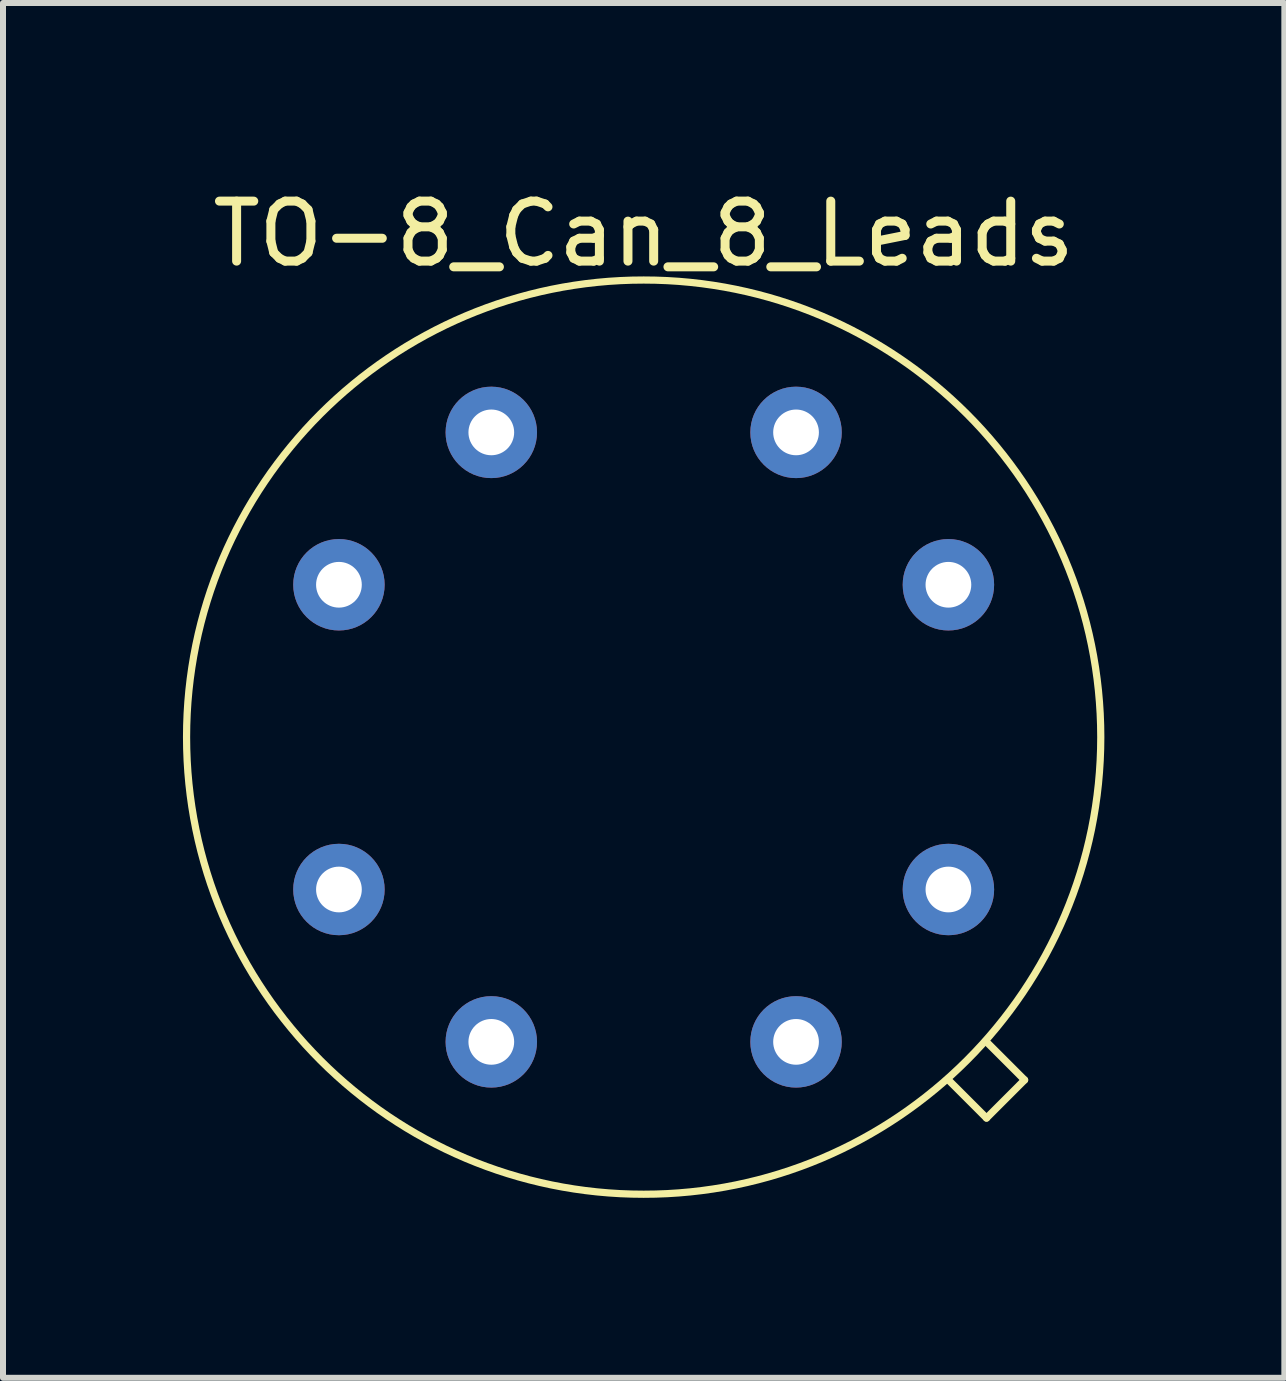
<source format=kicad_pcb>
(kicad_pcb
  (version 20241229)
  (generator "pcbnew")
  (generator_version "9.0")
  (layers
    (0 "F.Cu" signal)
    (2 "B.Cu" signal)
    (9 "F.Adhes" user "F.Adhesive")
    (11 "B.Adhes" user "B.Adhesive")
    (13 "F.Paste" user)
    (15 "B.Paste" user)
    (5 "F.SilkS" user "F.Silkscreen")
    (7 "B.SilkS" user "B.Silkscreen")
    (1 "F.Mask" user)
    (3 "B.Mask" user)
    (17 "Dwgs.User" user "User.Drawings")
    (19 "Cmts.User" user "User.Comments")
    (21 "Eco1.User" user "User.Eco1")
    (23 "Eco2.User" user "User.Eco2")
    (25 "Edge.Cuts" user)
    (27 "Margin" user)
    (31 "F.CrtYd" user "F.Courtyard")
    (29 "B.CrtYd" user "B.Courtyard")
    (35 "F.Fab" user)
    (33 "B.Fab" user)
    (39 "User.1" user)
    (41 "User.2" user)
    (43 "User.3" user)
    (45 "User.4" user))
  (footprint "TO-8_Can_8_Leads"
    (layer "F.Cu")
    (at 7.68 1.618)
    (property "Reference" "TO-8_Can_8_Leads" (at 0 -0.77 0) (layer "F.SilkS") (effects (font (size 1 1) (thickness 0.15))))
    (attr through_hole)
    (fp_line (start 5.08 13.335) (end 5.715 13.97) (stroke (width 0.12) (type solid)) (layer "F.SilkS"))
    (fp_line (start 5.715 13.97) (end 6.35 13.335) (stroke (width 0.12) (type solid)) (layer "F.SilkS"))
    (fp_line (start 6.35 13.335) (end 5.715 12.7) (stroke (width 0.12) (type solid)) (layer "F.SilkS"))
    (fp_circle (center 0 7.62) (end 0 0) (stroke (width 0.12) (type solid)) (fill no) (layer "F.SilkS"))
    (pad "1" thru_hole circle (at 5.08 10.16) (size 1.524 1.524) (drill 0.762) (layers "*.Cu" "*.Mask"))
    (pad "2" thru_hole circle (at 5.08 5.08) (size 1.524 1.524) (drill 0.762) (layers "*.Cu" "*.Mask"))
    (pad "3" thru_hole circle (at 2.54 2.54) (size 1.524 1.524) (drill 0.762) (layers "*.Cu" "*.Mask"))
    (pad "4" thru_hole circle (at -2.54 2.54) (size 1.524 1.524) (drill 0.762) (layers "*.Cu" "*.Mask"))
    (pad "5" thru_hole circle (at -5.08 5.08) (size 1.524 1.524) (drill 0.762) (layers "*.Cu" "*.Mask"))
    (pad "6" thru_hole circle (at -5.08 10.16) (size 1.524 1.524) (drill 0.762) (layers "*.Cu" "*.Mask"))
    (pad "7" thru_hole circle (at -2.54 12.7) (size 1.524 1.524) (drill 0.762) (layers "*.Cu" "*.Mask"))
    (pad "8" thru_hole circle (at 2.54 12.7) (size 1.524 1.524) (drill 0.762) (layers "*.Cu" "*.Mask")))
  (gr_rect
    (start -3 -3)
    (end 18.36 19.918)
    (stroke (width 0.1) (type default))
    (fill no)
    (layer "Edge.Cuts")))
</source>
